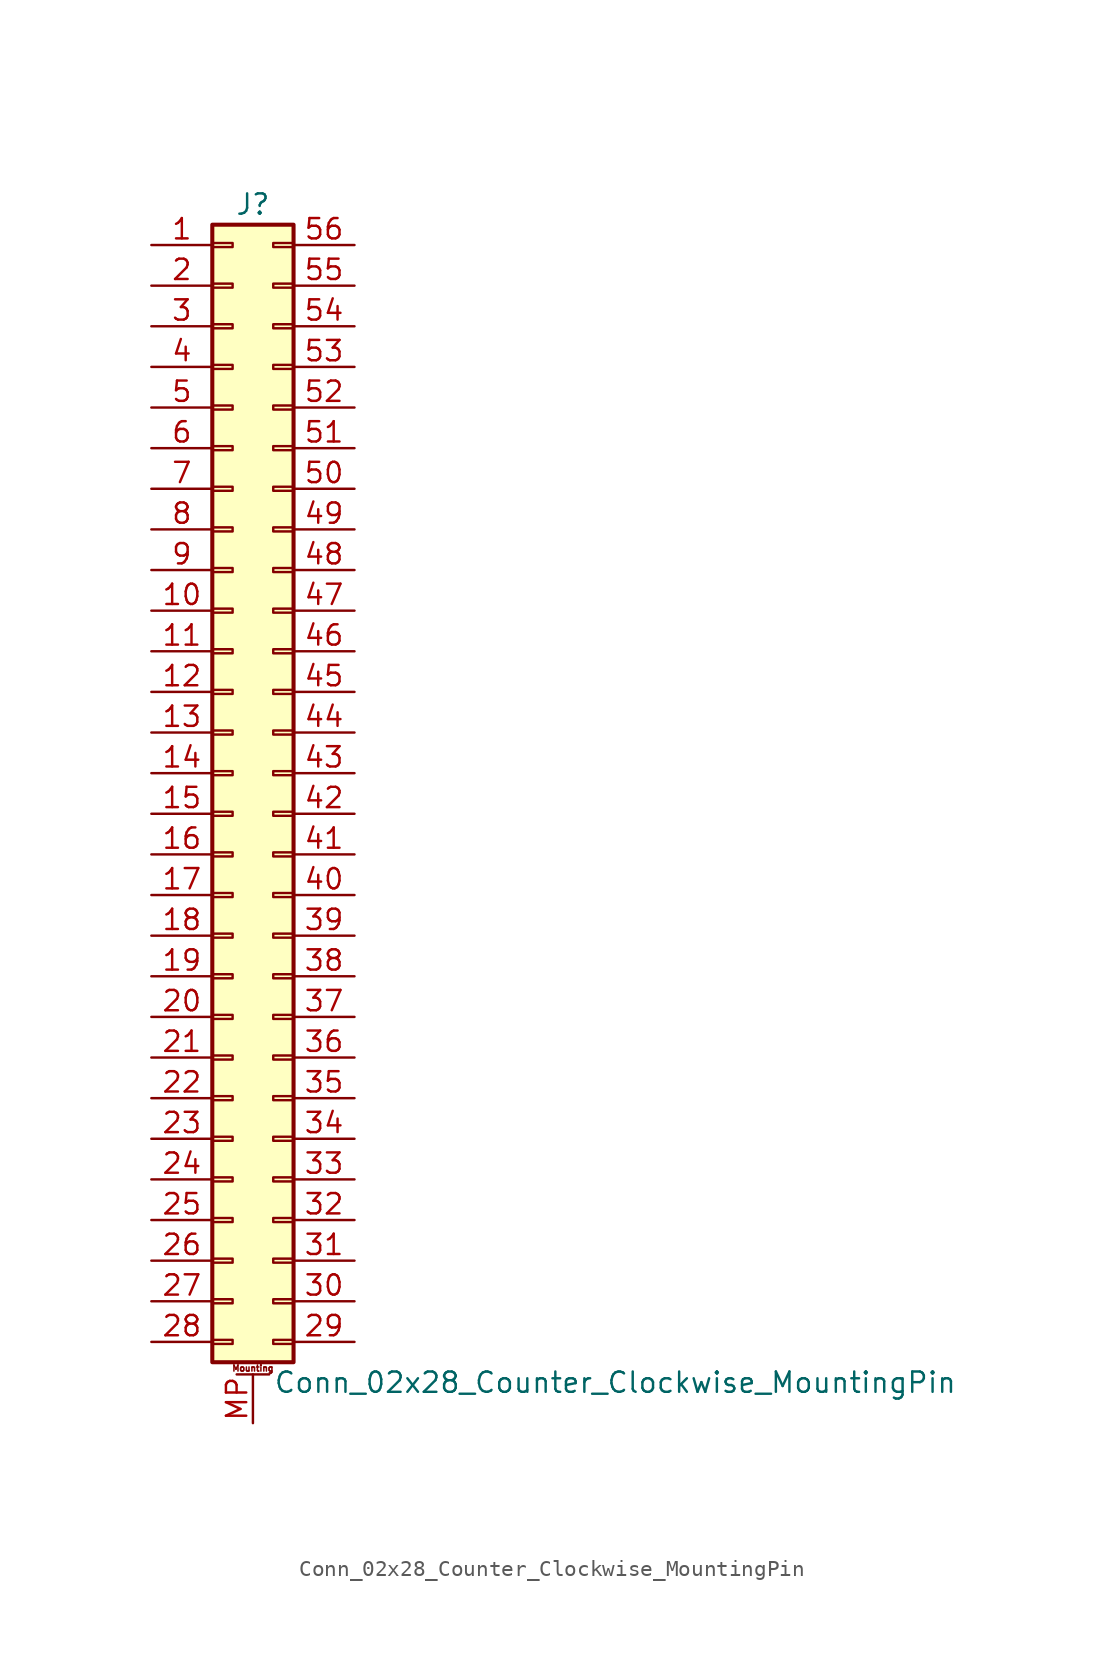
<source format=kicad_sym>
(kicad_symbol_lib
  (version 20211014)
  (generator kicad_symbol_editor)
  (symbol "Conn_02x28_Counter_Clockwise_MountingPin"
    (pin_names
      (offset 1.016) hide)
    (property "Reference" "J"
      (at 1.27 35.56 0)
      (effects (font (size 1.27 1.27))))
    (property "Value" "Conn_02x28_Counter_Clockwise_MountingPin"
      (at 2.54 -38.1 0)
      (effects (font (size 1.27 1.27)) (justify left)))
    (symbol "Conn_02x28_Counter_Clockwise_MountingPin_1_1"
      (rectangle (start -1.27 -35.433) (end 0 -35.687) (stroke (width 0.152) (type default) (color 0 0 0 0)) (fill (type none)))
      (rectangle (start -1.27 -32.893) (end 0 -33.147) (stroke (width 0.152) (type default) (color 0 0 0 0)) (fill (type none)))
      (rectangle (start -1.27 -30.353) (end 0 -30.607) (stroke (width 0.152) (type default) (color 0 0 0 0)) (fill (type none)))
      (rectangle (start -1.27 -27.813) (end 0 -28.067) (stroke (width 0.152) (type default) (color 0 0 0 0)) (fill (type none)))
      (rectangle (start -1.27 -25.273) (end 0 -25.527) (stroke (width 0.152) (type default) (color 0 0 0 0)) (fill (type none)))
      (rectangle (start -1.27 -22.733) (end 0 -22.987) (stroke (width 0.152) (type default) (color 0 0 0 0)) (fill (type none)))
      (rectangle (start -1.27 -20.193) (end 0 -20.447) (stroke (width 0.152) (type default) (color 0 0 0 0)) (fill (type none)))
      (rectangle (start -1.27 -17.653) (end 0 -17.907) (stroke (width 0.152) (type default) (color 0 0 0 0)) (fill (type none)))
      (rectangle (start -1.27 -15.113) (end 0 -15.367) (stroke (width 0.152) (type default) (color 0 0 0 0)) (fill (type none)))
      (rectangle (start -1.27 -12.573) (end 0 -12.827) (stroke (width 0.152) (type default) (color 0 0 0 0)) (fill (type none)))
      (rectangle (start -1.27 -10.033) (end 0 -10.287) (stroke (width 0.152) (type default) (color 0 0 0 0)) (fill (type none)))
      (rectangle (start -1.27 -7.493) (end 0 -7.747) (stroke (width 0.152) (type default) (color 0 0 0 0)) (fill (type none)))
      (rectangle (start -1.27 -4.953) (end 0 -5.207) (stroke (width 0.152) (type default) (color 0 0 0 0)) (fill (type none)))
      (rectangle (start -1.27 -2.413) (end 0 -2.667) (stroke (width 0.152) (type default) (color 0 0 0 0)) (fill (type none)))
      (rectangle (start -1.27 0.127) (end 0 -0.127) (stroke (width 0.152) (type default) (color 0 0 0 0)) (fill (type none)))
      (rectangle (start -1.27 2.667) (end 0 2.413) (stroke (width 0.152) (type default) (color 0 0 0 0)) (fill (type none)))
      (rectangle (start -1.27 5.207) (end 0 4.953) (stroke (width 0.152) (type default) (color 0 0 0 0)) (fill (type none)))
      (rectangle (start -1.27 7.747) (end 0 7.493) (stroke (width 0.152) (type default) (color 0 0 0 0)) (fill (type none)))
      (rectangle (start -1.27 10.287) (end 0 10.033) (stroke (width 0.152) (type default) (color 0 0 0 0)) (fill (type none)))
      (rectangle (start -1.27 12.827) (end 0 12.573) (stroke (width 0.152) (type default) (color 0 0 0 0)) (fill (type none)))
      (rectangle (start -1.27 15.367) (end 0 15.113) (stroke (width 0.152) (type default) (color 0 0 0 0)) (fill (type none)))
      (rectangle (start -1.27 17.907) (end 0 17.653) (stroke (width 0.152) (type default) (color 0 0 0 0)) (fill (type none)))
      (rectangle (start -1.27 20.447) (end 0 20.193) (stroke (width 0.152) (type default) (color 0 0 0 0)) (fill (type none)))
      (rectangle (start -1.27 22.987) (end 0 22.733) (stroke (width 0.152) (type default) (color 0 0 0 0)) (fill (type none)))
      (rectangle (start -1.27 25.527) (end 0 25.273) (stroke (width 0.152) (type default) (color 0 0 0 0)) (fill (type none)))
      (rectangle (start -1.27 28.067) (end 0 27.813) (stroke (width 0.152) (type default) (color 0 0 0 0)) (fill (type none)))
      (rectangle (start -1.27 30.607) (end 0 30.353) (stroke (width 0.152) (type default) (color 0 0 0 0)) (fill (type none)))
      (rectangle (start -1.27 33.147) (end 0 32.893) (stroke (width 0.152) (type default) (color 0 0 0 0)) (fill (type none)))
      (rectangle (start -1.27 34.29) (end 3.81 -36.83) (stroke (width 0.254) (type default) (color 0 0 0 0)) (fill (type background)))
      (polyline (pts (xy 0.254 -37.592) (xy 2.286 -37.592)) (stroke (width 0.152) (type default) (color 0 0 0 0)) (fill (type none)))
      (rectangle (start 3.81 -35.433) (end 2.54 -35.687) (stroke (width 0.152) (type default) (color 0 0 0 0)) (fill (type none)))
      (rectangle (start 3.81 -32.893) (end 2.54 -33.147) (stroke (width 0.152) (type default) (color 0 0 0 0)) (fill (type none)))
      (rectangle (start 3.81 -30.353) (end 2.54 -30.607) (stroke (width 0.152) (type default) (color 0 0 0 0)) (fill (type none)))
      (rectangle (start 3.81 -27.813) (end 2.54 -28.067) (stroke (width 0.152) (type default) (color 0 0 0 0)) (fill (type none)))
      (rectangle (start 3.81 -25.273) (end 2.54 -25.527) (stroke (width 0.152) (type default) (color 0 0 0 0)) (fill (type none)))
      (rectangle (start 3.81 -22.733) (end 2.54 -22.987) (stroke (width 0.152) (type default) (color 0 0 0 0)) (fill (type none)))
      (rectangle (start 3.81 -20.193) (end 2.54 -20.447) (stroke (width 0.152) (type default) (color 0 0 0 0)) (fill (type none)))
      (rectangle (start 3.81 -17.653) (end 2.54 -17.907) (stroke (width 0.152) (type default) (color 0 0 0 0)) (fill (type none)))
      (rectangle (start 3.81 -15.113) (end 2.54 -15.367) (stroke (width 0.152) (type default) (color 0 0 0 0)) (fill (type none)))
      (rectangle (start 3.81 -12.573) (end 2.54 -12.827) (stroke (width 0.152) (type default) (color 0 0 0 0)) (fill (type none)))
      (rectangle (start 3.81 -10.033) (end 2.54 -10.287) (stroke (width 0.152) (type default) (color 0 0 0 0)) (fill (type none)))
      (rectangle (start 3.81 -7.493) (end 2.54 -7.747) (stroke (width 0.152) (type default) (color 0 0 0 0)) (fill (type none)))
      (rectangle (start 3.81 -4.953) (end 2.54 -5.207) (stroke (width 0.152) (type default) (color 0 0 0 0)) (fill (type none)))
      (rectangle (start 3.81 -2.413) (end 2.54 -2.667) (stroke (width 0.152) (type default) (color 0 0 0 0)) (fill (type none)))
      (rectangle (start 3.81 0.127) (end 2.54 -0.127) (stroke (width 0.152) (type default) (color 0 0 0 0)) (fill (type none)))
      (rectangle (start 3.81 2.667) (end 2.54 2.413) (stroke (width 0.152) (type default) (color 0 0 0 0)) (fill (type none)))
      (rectangle (start 3.81 5.207) (end 2.54 4.953) (stroke (width 0.152) (type default) (color 0 0 0 0)) (fill (type none)))
      (rectangle (start 3.81 7.747) (end 2.54 7.493) (stroke (width 0.152) (type default) (color 0 0 0 0)) (fill (type none)))
      (rectangle (start 3.81 10.287) (end 2.54 10.033) (stroke (width 0.152) (type default) (color 0 0 0 0)) (fill (type none)))
      (rectangle (start 3.81 12.827) (end 2.54 12.573) (stroke (width 0.152) (type default) (color 0 0 0 0)) (fill (type none)))
      (rectangle (start 3.81 15.367) (end 2.54 15.113) (stroke (width 0.152) (type default) (color 0 0 0 0)) (fill (type none)))
      (rectangle (start 3.81 17.907) (end 2.54 17.653) (stroke (width 0.152) (type default) (color 0 0 0 0)) (fill (type none)))
      (rectangle (start 3.81 20.447) (end 2.54 20.193) (stroke (width 0.152) (type default) (color 0 0 0 0)) (fill (type none)))
      (rectangle (start 3.81 22.987) (end 2.54 22.733) (stroke (width 0.152) (type default) (color 0 0 0 0)) (fill (type none)))
      (rectangle (start 3.81 25.527) (end 2.54 25.273) (stroke (width 0.152) (type default) (color 0 0 0 0)) (fill (type none)))
      (rectangle (start 3.81 28.067) (end 2.54 27.813) (stroke (width 0.152) (type default) (color 0 0 0 0)) (fill (type none)))
      (rectangle (start 3.81 30.607) (end 2.54 30.353) (stroke (width 0.152) (type default) (color 0 0 0 0)) (fill (type none)))
      (rectangle (start 3.81 33.147) (end 2.54 32.893) (stroke (width 0.152) (type default) (color 0 0 0 0)) (fill (type none)))
      (text "Mounting" (at 1.27 -37.211 0) (effects (font (size 0.381 0.381))))
      (pin passive line (at -5.08 33.02 0) (length 3.81) (name "Pin_1" (effects (font (size 1.27 1.27)))) (number "1" (effects (font (size 1.27 1.27)))))
      (pin passive line (at -5.08 10.16 0) (length 3.81) (name "Pin_10" (effects (font (size 1.27 1.27)))) (number "10" (effects (font (size 1.27 1.27)))))
      (pin passive line (at -5.08 7.62 0) (length 3.81) (name "Pin_11" (effects (font (size 1.27 1.27)))) (number "11" (effects (font (size 1.27 1.27)))))
      (pin passive line (at -5.08 5.08 0) (length 3.81) (name "Pin_12" (effects (font (size 1.27 1.27)))) (number "12" (effects (font (size 1.27 1.27)))))
      (pin passive line (at -5.08 2.54 0) (length 3.81) (name "Pin_13" (effects (font (size 1.27 1.27)))) (number "13" (effects (font (size 1.27 1.27)))))
      (pin passive line (at -5.08 0 0) (length 3.81) (name "Pin_14" (effects (font (size 1.27 1.27)))) (number "14" (effects (font (size 1.27 1.27)))))
      (pin passive line (at -5.08 -2.54 0) (length 3.81) (name "Pin_15" (effects (font (size 1.27 1.27)))) (number "15" (effects (font (size 1.27 1.27)))))
      (pin passive line (at -5.08 -5.08 0) (length 3.81) (name "Pin_16" (effects (font (size 1.27 1.27)))) (number "16" (effects (font (size 1.27 1.27)))))
      (pin passive line (at -5.08 -7.62 0) (length 3.81) (name "Pin_17" (effects (font (size 1.27 1.27)))) (number "17" (effects (font (size 1.27 1.27)))))
      (pin passive line (at -5.08 -10.16 0) (length 3.81) (name "Pin_18" (effects (font (size 1.27 1.27)))) (number "18" (effects (font (size 1.27 1.27)))))
      (pin passive line (at -5.08 -12.7 0) (length 3.81) (name "Pin_19" (effects (font (size 1.27 1.27)))) (number "19" (effects (font (size 1.27 1.27)))))
      (pin passive line (at -5.08 30.48 0) (length 3.81) (name "Pin_2" (effects (font (size 1.27 1.27)))) (number "2" (effects (font (size 1.27 1.27)))))
      (pin passive line (at -5.08 -15.24 0) (length 3.81) (name "Pin_20" (effects (font (size 1.27 1.27)))) (number "20" (effects (font (size 1.27 1.27)))))
      (pin passive line (at -5.08 -17.78 0) (length 3.81) (name "Pin_21" (effects (font (size 1.27 1.27)))) (number "21" (effects (font (size 1.27 1.27)))))
      (pin passive line (at -5.08 -20.32 0) (length 3.81) (name "Pin_22" (effects (font (size 1.27 1.27)))) (number "22" (effects (font (size 1.27 1.27)))))
      (pin passive line (at -5.08 -22.86 0) (length 3.81) (name "Pin_23" (effects (font (size 1.27 1.27)))) (number "23" (effects (font (size 1.27 1.27)))))
      (pin passive line (at -5.08 -25.4 0) (length 3.81) (name "Pin_24" (effects (font (size 1.27 1.27)))) (number "24" (effects (font (size 1.27 1.27)))))
      (pin passive line (at -5.08 -27.94 0) (length 3.81) (name "Pin_25" (effects (font (size 1.27 1.27)))) (number "25" (effects (font (size 1.27 1.27)))))
      (pin passive line (at -5.08 -30.48 0) (length 3.81) (name "Pin_26" (effects (font (size 1.27 1.27)))) (number "26" (effects (font (size 1.27 1.27)))))
      (pin passive line (at -5.08 -33.02 0) (length 3.81) (name "Pin_27" (effects (font (size 1.27 1.27)))) (number "27" (effects (font (size 1.27 1.27)))))
      (pin passive line (at -5.08 -35.56 0) (length 3.81) (name "Pin_28" (effects (font (size 1.27 1.27)))) (number "28" (effects (font (size 1.27 1.27)))))
      (pin passive line (at 7.62 -35.56 180) (length 3.81) (name "Pin_29" (effects (font (size 1.27 1.27)))) (number "29" (effects (font (size 1.27 1.27)))))
      (pin passive line (at -5.08 27.94 0) (length 3.81) (name "Pin_3" (effects (font (size 1.27 1.27)))) (number "3" (effects (font (size 1.27 1.27)))))
      (pin passive line (at 7.62 -33.02 180) (length 3.81) (name "Pin_30" (effects (font (size 1.27 1.27)))) (number "30" (effects (font (size 1.27 1.27)))))
      (pin passive line (at 7.62 -30.48 180) (length 3.81) (name "Pin_31" (effects (font (size 1.27 1.27)))) (number "31" (effects (font (size 1.27 1.27)))))
      (pin passive line (at 7.62 -27.94 180) (length 3.81) (name "Pin_32" (effects (font (size 1.27 1.27)))) (number "32" (effects (font (size 1.27 1.27)))))
      (pin passive line (at 7.62 -25.4 180) (length 3.81) (name "Pin_33" (effects (font (size 1.27 1.27)))) (number "33" (effects (font (size 1.27 1.27)))))
      (pin passive line (at 7.62 -22.86 180) (length 3.81) (name "Pin_34" (effects (font (size 1.27 1.27)))) (number "34" (effects (font (size 1.27 1.27)))))
      (pin passive line (at 7.62 -20.32 180) (length 3.81) (name "Pin_35" (effects (font (size 1.27 1.27)))) (number "35" (effects (font (size 1.27 1.27)))))
      (pin passive line (at 7.62 -17.78 180) (length 3.81) (name "Pin_36" (effects (font (size 1.27 1.27)))) (number "36" (effects (font (size 1.27 1.27)))))
      (pin passive line (at 7.62 -15.24 180) (length 3.81) (name "Pin_37" (effects (font (size 1.27 1.27)))) (number "37" (effects (font (size 1.27 1.27)))))
      (pin passive line (at 7.62 -12.7 180) (length 3.81) (name "Pin_38" (effects (font (size 1.27 1.27)))) (number "38" (effects (font (size 1.27 1.27)))))
      (pin passive line (at 7.62 -10.16 180) (length 3.81) (name "Pin_39" (effects (font (size 1.27 1.27)))) (number "39" (effects (font (size 1.27 1.27)))))
      (pin passive line (at -5.08 25.4 0) (length 3.81) (name "Pin_4" (effects (font (size 1.27 1.27)))) (number "4" (effects (font (size 1.27 1.27)))))
      (pin passive line (at 7.62 -7.62 180) (length 3.81) (name "Pin_40" (effects (font (size 1.27 1.27)))) (number "40" (effects (font (size 1.27 1.27)))))
      (pin passive line (at 7.62 -5.08 180) (length 3.81) (name "Pin_41" (effects (font (size 1.27 1.27)))) (number "41" (effects (font (size 1.27 1.27)))))
      (pin passive line (at 7.62 -2.54 180) (length 3.81) (name "Pin_42" (effects (font (size 1.27 1.27)))) (number "42" (effects (font (size 1.27 1.27)))))
      (pin passive line (at 7.62 0 180) (length 3.81) (name "Pin_43" (effects (font (size 1.27 1.27)))) (number "43" (effects (font (size 1.27 1.27)))))
      (pin passive line (at 7.62 2.54 180) (length 3.81) (name "Pin_44" (effects (font (size 1.27 1.27)))) (number "44" (effects (font (size 1.27 1.27)))))
      (pin passive line (at 7.62 5.08 180) (length 3.81) (name "Pin_45" (effects (font (size 1.27 1.27)))) (number "45" (effects (font (size 1.27 1.27)))))
      (pin passive line (at 7.62 7.62 180) (length 3.81) (name "Pin_46" (effects (font (size 1.27 1.27)))) (number "46" (effects (font (size 1.27 1.27)))))
      (pin passive line (at 7.62 10.16 180) (length 3.81) (name "Pin_47" (effects (font (size 1.27 1.27)))) (number "47" (effects (font (size 1.27 1.27)))))
      (pin passive line (at 7.62 12.7 180) (length 3.81) (name "Pin_48" (effects (font (size 1.27 1.27)))) (number "48" (effects (font (size 1.27 1.27)))))
      (pin passive line (at 7.62 15.24 180) (length 3.81) (name "Pin_49" (effects (font (size 1.27 1.27)))) (number "49" (effects (font (size 1.27 1.27)))))
      (pin passive line (at -5.08 22.86 0) (length 3.81) (name "Pin_5" (effects (font (size 1.27 1.27)))) (number "5" (effects (font (size 1.27 1.27)))))
      (pin passive line (at 7.62 17.78 180) (length 3.81) (name "Pin_50" (effects (font (size 1.27 1.27)))) (number "50" (effects (font (size 1.27 1.27)))))
      (pin passive line (at 7.62 20.32 180) (length 3.81) (name "Pin_51" (effects (font (size 1.27 1.27)))) (number "51" (effects (font (size 1.27 1.27)))))
      (pin passive line (at 7.62 22.86 180) (length 3.81) (name "Pin_52" (effects (font (size 1.27 1.27)))) (number "52" (effects (font (size 1.27 1.27)))))
      (pin passive line (at 7.62 25.4 180) (length 3.81) (name "Pin_53" (effects (font (size 1.27 1.27)))) (number "53" (effects (font (size 1.27 1.27)))))
      (pin passive line (at 7.62 27.94 180) (length 3.81) (name "Pin_54" (effects (font (size 1.27 1.27)))) (number "54" (effects (font (size 1.27 1.27)))))
      (pin passive line (at 7.62 30.48 180) (length 3.81) (name "Pin_55" (effects (font (size 1.27 1.27)))) (number "55" (effects (font (size 1.27 1.27)))))
      (pin passive line (at 7.62 33.02 180) (length 3.81) (name "Pin_56" (effects (font (size 1.27 1.27)))) (number "56" (effects (font (size 1.27 1.27)))))
      (pin passive line (at -5.08 20.32 0) (length 3.81) (name "Pin_6" (effects (font (size 1.27 1.27)))) (number "6" (effects (font (size 1.27 1.27)))))
      (pin passive line (at -5.08 17.78 0) (length 3.81) (name "Pin_7" (effects (font (size 1.27 1.27)))) (number "7" (effects (font (size 1.27 1.27)))))
      (pin passive line (at -5.08 15.24 0) (length 3.81) (name "Pin_8" (effects (font (size 1.27 1.27)))) (number "8" (effects (font (size 1.27 1.27)))))
      (pin passive line (at -5.08 12.7 0) (length 3.81) (name "Pin_9" (effects (font (size 1.27 1.27)))) (number "9" (effects (font (size 1.27 1.27)))))
      (pin passive line (at 1.27 -40.64 90) (length 3.048) (name "MountPin" (effects (font (size 1.27 1.27)))) (number "MP" (effects (font (size 1.27 1.27))))))))
</source>
